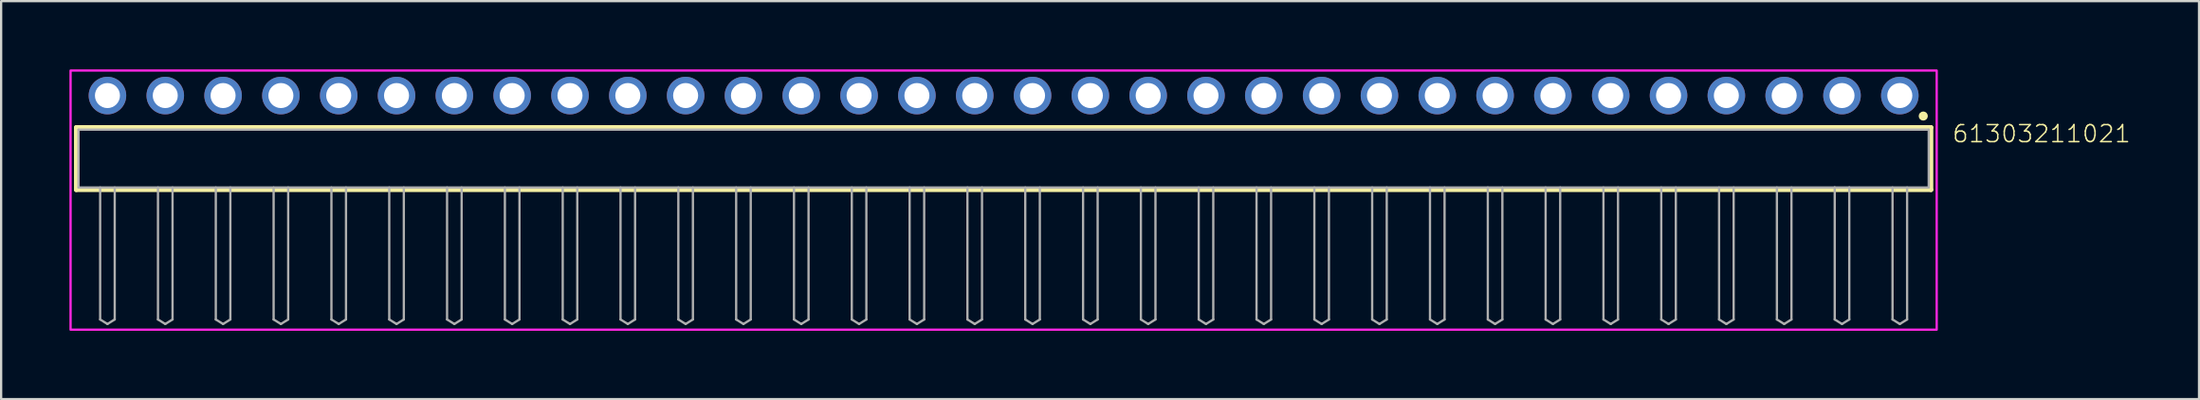
<source format=kicad_pcb>
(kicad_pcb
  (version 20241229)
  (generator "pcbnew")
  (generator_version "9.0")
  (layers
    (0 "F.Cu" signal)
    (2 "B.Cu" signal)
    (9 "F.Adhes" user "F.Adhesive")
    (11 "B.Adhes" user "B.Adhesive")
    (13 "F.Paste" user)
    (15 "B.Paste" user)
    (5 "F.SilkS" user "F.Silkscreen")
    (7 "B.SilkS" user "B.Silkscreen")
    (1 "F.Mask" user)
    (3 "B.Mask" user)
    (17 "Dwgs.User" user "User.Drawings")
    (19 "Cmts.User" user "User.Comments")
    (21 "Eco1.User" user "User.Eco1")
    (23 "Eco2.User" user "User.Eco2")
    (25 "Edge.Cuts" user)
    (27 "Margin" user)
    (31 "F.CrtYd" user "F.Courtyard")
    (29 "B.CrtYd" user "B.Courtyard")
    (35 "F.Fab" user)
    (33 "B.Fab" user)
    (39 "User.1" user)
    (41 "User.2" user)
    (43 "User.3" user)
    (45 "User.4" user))
  (footprint "61303211021"
    (layer "F.Cu")
    (at 41.04 3.92)
    (property "Reference" "61303211021" (at 41.635 -0.652 0) (unlocked yes) (layer "F.SilkS") (effects (font (size 0.748 0.748) (thickness 0.065)) (justify left bottom)))
    (fp_line (start -40.74 -1.37) (end 40.74 -1.37) (stroke (width 0.2) (type solid)) (layer "F.SilkS"))
    (fp_line (start -40.74 1.37) (end -40.74 -1.37) (stroke (width 0.2) (type solid)) (layer "F.SilkS"))
    (fp_line (start 40.74 -1.37) (end 40.74 1.37) (stroke (width 0.2) (type solid)) (layer "F.SilkS"))
    (fp_line (start 40.74 1.37) (end -40.74 1.37) (stroke (width 0.2) (type solid)) (layer "F.SilkS"))
    (fp_circle (center 40.4 -1.87) (end 40.5 -1.87) (stroke (width 0.2) (type solid)) (fill no) (layer "F.SilkS"))
    (fp_poly (pts (xy 40.99 7.52) (xy -40.99 7.52) (xy -40.99 -3.87) (xy 40.99 -3.87)) (stroke (width 0.1) (type default)) (fill no) (layer "F.CrtYd"))
    (fp_line (start -40.64 -1.27) (end 40.64 -1.27) (stroke (width 0.1) (type solid)) (layer "F.Fab"))
    (fp_line (start -40.64 1.27) (end -40.64 -1.27) (stroke (width 0.1) (type solid)) (layer "F.Fab"))
    (fp_line (start -39.69 1.27) (end -39.69 7.07) (stroke (width 0.1) (type solid)) (layer "F.Fab"))
    (fp_line (start -39.69 7.07) (end -39.37 7.27) (stroke (width 0.1) (type solid)) (layer "F.Fab"))
    (fp_line (start -39.37 7.27) (end -39.05 7.07) (stroke (width 0.1) (type solid)) (layer "F.Fab"))
    (fp_line (start -39.05 1.27) (end -39.05 7.07) (stroke (width 0.1) (type solid)) (layer "F.Fab"))
    (fp_line (start -37.15 1.27) (end -37.15 7.07) (stroke (width 0.1) (type solid)) (layer "F.Fab"))
    (fp_line (start -37.15 7.07) (end -36.83 7.27) (stroke (width 0.1) (type solid)) (layer "F.Fab"))
    (fp_line (start -36.83 7.27) (end -36.51 7.07) (stroke (width 0.1) (type solid)) (layer "F.Fab"))
    (fp_line (start -36.51 1.27) (end -36.51 7.07) (stroke (width 0.1) (type solid)) (layer "F.Fab"))
    (fp_line (start -34.61 1.27) (end -34.61 7.07) (stroke (width 0.1) (type solid)) (layer "F.Fab"))
    (fp_line (start -34.61 7.07) (end -34.29 7.27) (stroke (width 0.1) (type solid)) (layer "F.Fab"))
    (fp_line (start -34.29 7.27) (end -33.97 7.07) (stroke (width 0.1) (type solid)) (layer "F.Fab"))
    (fp_line (start -33.97 1.27) (end -33.97 7.07) (stroke (width 0.1) (type solid)) (layer "F.Fab"))
    (fp_line (start -32.07 1.27) (end -32.07 7.07) (stroke (width 0.1) (type solid)) (layer "F.Fab"))
    (fp_line (start -32.07 7.07) (end -31.75 7.27) (stroke (width 0.1) (type solid)) (layer "F.Fab"))
    (fp_line (start -31.75 7.27) (end -31.43 7.07) (stroke (width 0.1) (type solid)) (layer "F.Fab"))
    (fp_line (start -31.43 1.27) (end -31.43 7.07) (stroke (width 0.1) (type solid)) (layer "F.Fab"))
    (fp_line (start -29.53 1.27) (end -29.53 7.07) (stroke (width 0.1) (type solid)) (layer "F.Fab"))
    (fp_line (start -29.53 7.07) (end -29.21 7.27) (stroke (width 0.1) (type solid)) (layer "F.Fab"))
    (fp_line (start -29.21 7.27) (end -28.89 7.07) (stroke (width 0.1) (type solid)) (layer "F.Fab"))
    (fp_line (start -28.89 1.27) (end -28.89 7.07) (stroke (width 0.1) (type solid)) (layer "F.Fab"))
    (fp_line (start -26.99 1.27) (end -26.99 7.07) (stroke (width 0.1) (type solid)) (layer "F.Fab"))
    (fp_line (start -26.99 7.07) (end -26.67 7.27) (stroke (width 0.1) (type solid)) (layer "F.Fab"))
    (fp_line (start -26.67 7.27) (end -26.35 7.07) (stroke (width 0.1) (type solid)) (layer "F.Fab"))
    (fp_line (start -26.35 1.27) (end -26.35 7.07) (stroke (width 0.1) (type solid)) (layer "F.Fab"))
    (fp_line (start -24.45 1.27) (end -24.45 7.07) (stroke (width 0.1) (type solid)) (layer "F.Fab"))
    (fp_line (start -24.45 7.07) (end -24.13 7.27) (stroke (width 0.1) (type solid)) (layer "F.Fab"))
    (fp_line (start -24.13 7.27) (end -23.81 7.07) (stroke (width 0.1) (type solid)) (layer "F.Fab"))
    (fp_line (start -23.81 1.27) (end -23.81 7.07) (stroke (width 0.1) (type solid)) (layer "F.Fab"))
    (fp_line (start -21.91 1.27) (end -21.91 7.07) (stroke (width 0.1) (type solid)) (layer "F.Fab"))
    (fp_line (start -21.91 7.07) (end -21.59 7.27) (stroke (width 0.1) (type solid)) (layer "F.Fab"))
    (fp_line (start -21.59 7.27) (end -21.27 7.07) (stroke (width 0.1) (type solid)) (layer "F.Fab"))
    (fp_line (start -21.27 1.27) (end -21.27 7.07) (stroke (width 0.1) (type solid)) (layer "F.Fab"))
    (fp_line (start -19.37 1.27) (end -19.37 7.07) (stroke (width 0.1) (type solid)) (layer "F.Fab"))
    (fp_line (start -19.37 7.07) (end -19.05 7.27) (stroke (width 0.1) (type solid)) (layer "F.Fab"))
    (fp_line (start -19.05 7.27) (end -18.73 7.07) (stroke (width 0.1) (type solid)) (layer "F.Fab"))
    (fp_line (start -18.73 1.27) (end -18.73 7.07) (stroke (width 0.1) (type solid)) (layer "F.Fab"))
    (fp_line (start -16.83 1.27) (end -16.83 7.07) (stroke (width 0.1) (type solid)) (layer "F.Fab"))
    (fp_line (start -16.83 7.07) (end -16.51 7.27) (stroke (width 0.1) (type solid)) (layer "F.Fab"))
    (fp_line (start -16.51 7.27) (end -16.19 7.07) (stroke (width 0.1) (type solid)) (layer "F.Fab"))
    (fp_line (start -16.19 1.27) (end -16.19 7.07) (stroke (width 0.1) (type solid)) (layer "F.Fab"))
    (fp_line (start -14.29 1.27) (end -14.29 7.07) (stroke (width 0.1) (type solid)) (layer "F.Fab"))
    (fp_line (start -14.29 7.07) (end -13.97 7.27) (stroke (width 0.1) (type solid)) (layer "F.Fab"))
    (fp_line (start -13.97 7.27) (end -13.65 7.07) (stroke (width 0.1) (type solid)) (layer "F.Fab"))
    (fp_line (start -13.65 1.27) (end -13.65 7.07) (stroke (width 0.1) (type solid)) (layer "F.Fab"))
    (fp_line (start -11.75 1.27) (end -11.75 7.07) (stroke (width 0.1) (type solid)) (layer "F.Fab"))
    (fp_line (start -11.75 7.07) (end -11.43 7.27) (stroke (width 0.1) (type solid)) (layer "F.Fab"))
    (fp_line (start -11.43 7.27) (end -11.11 7.07) (stroke (width 0.1) (type solid)) (layer "F.Fab"))
    (fp_line (start -11.11 1.27) (end -11.11 7.07) (stroke (width 0.1) (type solid)) (layer "F.Fab"))
    (fp_line (start -9.21 1.27) (end -9.21 7.07) (stroke (width 0.1) (type solid)) (layer "F.Fab"))
    (fp_line (start -9.21 7.07) (end -8.89 7.27) (stroke (width 0.1) (type solid)) (layer "F.Fab"))
    (fp_line (start -8.89 7.27) (end -8.57 7.07) (stroke (width 0.1) (type solid)) (layer "F.Fab"))
    (fp_line (start -8.57 1.27) (end -8.57 7.07) (stroke (width 0.1) (type solid)) (layer "F.Fab"))
    (fp_line (start -6.67 1.27) (end -6.67 7.07) (stroke (width 0.1) (type solid)) (layer "F.Fab"))
    (fp_line (start -6.67 7.07) (end -6.35 7.27) (stroke (width 0.1) (type solid)) (layer "F.Fab"))
    (fp_line (start -6.35 7.27) (end -6.03 7.07) (stroke (width 0.1) (type solid)) (layer "F.Fab"))
    (fp_line (start -6.03 1.27) (end -6.03 7.07) (stroke (width 0.1) (type solid)) (layer "F.Fab"))
    (fp_line (start -4.13 1.27) (end -4.13 7.07) (stroke (width 0.1) (type solid)) (layer "F.Fab"))
    (fp_line (start -4.13 7.07) (end -3.81 7.27) (stroke (width 0.1) (type solid)) (layer "F.Fab"))
    (fp_line (start -3.81 7.27) (end -3.49 7.07) (stroke (width 0.1) (type solid)) (layer "F.Fab"))
    (fp_line (start -3.49 1.27) (end -3.49 7.07) (stroke (width 0.1) (type solid)) (layer "F.Fab"))
    (fp_line (start -1.59 1.27) (end -1.59 7.07) (stroke (width 0.1) (type solid)) (layer "F.Fab"))
    (fp_line (start -1.59 7.07) (end -1.27 7.27) (stroke (width 0.1) (type solid)) (layer "F.Fab"))
    (fp_line (start -1.27 7.27) (end -0.95 7.07) (stroke (width 0.1) (type solid)) (layer "F.Fab"))
    (fp_line (start -0.95 1.27) (end -0.95 7.07) (stroke (width 0.1) (type solid)) (layer "F.Fab"))
    (fp_line (start 0.95 1.27) (end 0.95 7.07) (stroke (width 0.1) (type solid)) (layer "F.Fab"))
    (fp_line (start 0.95 7.07) (end 1.27 7.27) (stroke (width 0.1) (type solid)) (layer "F.Fab"))
    (fp_line (start 1.27 7.27) (end 1.59 7.07) (stroke (width 0.1) (type solid)) (layer "F.Fab"))
    (fp_line (start 1.59 1.27) (end 1.59 7.07) (stroke (width 0.1) (type solid)) (layer "F.Fab"))
    (fp_line (start 3.49 1.27) (end 3.49 7.07) (stroke (width 0.1) (type solid)) (layer "F.Fab"))
    (fp_line (start 3.49 7.07) (end 3.81 7.27) (stroke (width 0.1) (type solid)) (layer "F.Fab"))
    (fp_line (start 3.81 7.27) (end 4.13 7.07) (stroke (width 0.1) (type solid)) (layer "F.Fab"))
    (fp_line (start 4.13 1.27) (end 4.13 7.07) (stroke (width 0.1) (type solid)) (layer "F.Fab"))
    (fp_line (start 6.03 1.27) (end 6.03 7.07) (stroke (width 0.1) (type solid)) (layer "F.Fab"))
    (fp_line (start 6.03 7.07) (end 6.35 7.27) (stroke (width 0.1) (type solid)) (layer "F.Fab"))
    (fp_line (start 6.35 7.27) (end 6.67 7.07) (stroke (width 0.1) (type solid)) (layer "F.Fab"))
    (fp_line (start 6.67 1.27) (end 6.67 7.07) (stroke (width 0.1) (type solid)) (layer "F.Fab"))
    (fp_line (start 8.57 1.27) (end 8.57 7.07) (stroke (width 0.1) (type solid)) (layer "F.Fab"))
    (fp_line (start 8.57 7.07) (end 8.89 7.27) (stroke (width 0.1) (type solid)) (layer "F.Fab"))
    (fp_line (start 8.89 7.27) (end 9.21 7.07) (stroke (width 0.1) (type solid)) (layer "F.Fab"))
    (fp_line (start 9.21 1.27) (end 9.21 7.07) (stroke (width 0.1) (type solid)) (layer "F.Fab"))
    (fp_line (start 11.11 1.27) (end 11.11 7.07) (stroke (width 0.1) (type solid)) (layer "F.Fab"))
    (fp_line (start 11.11 7.07) (end 11.43 7.27) (stroke (width 0.1) (type solid)) (layer "F.Fab"))
    (fp_line (start 11.43 7.27) (end 11.75 7.07) (stroke (width 0.1) (type solid)) (layer "F.Fab"))
    (fp_line (start 11.75 1.27) (end 11.75 7.07) (stroke (width 0.1) (type solid)) (layer "F.Fab"))
    (fp_line (start 13.65 1.27) (end 13.65 7.07) (stroke (width 0.1) (type solid)) (layer "F.Fab"))
    (fp_line (start 13.65 7.07) (end 13.97 7.27) (stroke (width 0.1) (type solid)) (layer "F.Fab"))
    (fp_line (start 13.97 7.27) (end 14.29 7.07) (stroke (width 0.1) (type solid)) (layer "F.Fab"))
    (fp_line (start 14.29 1.27) (end 14.29 7.07) (stroke (width 0.1) (type solid)) (layer "F.Fab"))
    (fp_line (start 16.19 1.27) (end 16.19 7.07) (stroke (width 0.1) (type solid)) (layer "F.Fab"))
    (fp_line (start 16.19 7.07) (end 16.51 7.27) (stroke (width 0.1) (type solid)) (layer "F.Fab"))
    (fp_line (start 16.51 7.27) (end 16.83 7.07) (stroke (width 0.1) (type solid)) (layer "F.Fab"))
    (fp_line (start 16.83 1.27) (end 16.83 7.07) (stroke (width 0.1) (type solid)) (layer "F.Fab"))
    (fp_line (start 18.73 1.27) (end 18.73 7.07) (stroke (width 0.1) (type solid)) (layer "F.Fab"))
    (fp_line (start 18.73 7.07) (end 19.05 7.27) (stroke (width 0.1) (type solid)) (layer "F.Fab"))
    (fp_line (start 19.05 7.27) (end 19.37 7.07) (stroke (width 0.1) (type solid)) (layer "F.Fab"))
    (fp_line (start 19.37 1.27) (end 19.37 7.07) (stroke (width 0.1) (type solid)) (layer "F.Fab"))
    (fp_line (start 21.27 1.27) (end 21.27 7.07) (stroke (width 0.1) (type solid)) (layer "F.Fab"))
    (fp_line (start 21.27 7.07) (end 21.59 7.27) (stroke (width 0.1) (type solid)) (layer "F.Fab"))
    (fp_line (start 21.59 7.27) (end 21.91 7.07) (stroke (width 0.1) (type solid)) (layer "F.Fab"))
    (fp_line (start 21.91 1.27) (end 21.91 7.07) (stroke (width 0.1) (type solid)) (layer "F.Fab"))
    (fp_line (start 23.81 1.27) (end 23.81 7.07) (stroke (width 0.1) (type solid)) (layer "F.Fab"))
    (fp_line (start 23.81 7.07) (end 24.13 7.27) (stroke (width 0.1) (type solid)) (layer "F.Fab"))
    (fp_line (start 24.13 7.27) (end 24.45 7.07) (stroke (width 0.1) (type solid)) (layer "F.Fab"))
    (fp_line (start 24.45 1.27) (end 24.45 7.07) (stroke (width 0.1) (type solid)) (layer "F.Fab"))
    (fp_line (start 26.35 1.27) (end 26.35 7.07) (stroke (width 0.1) (type solid)) (layer "F.Fab"))
    (fp_line (start 26.35 7.07) (end 26.67 7.27) (stroke (width 0.1) (type solid)) (layer "F.Fab"))
    (fp_line (start 26.67 7.27) (end 26.99 7.07) (stroke (width 0.1) (type solid)) (layer "F.Fab"))
    (fp_line (start 26.99 1.27) (end 26.99 7.07) (stroke (width 0.1) (type solid)) (layer "F.Fab"))
    (fp_line (start 28.89 1.27) (end 28.89 7.07) (stroke (width 0.1) (type solid)) (layer "F.Fab"))
    (fp_line (start 28.89 7.07) (end 29.21 7.27) (stroke (width 0.1) (type solid)) (layer "F.Fab"))
    (fp_line (start 29.21 7.27) (end 29.53 7.07) (stroke (width 0.1) (type solid)) (layer "F.Fab"))
    (fp_line (start 29.53 1.27) (end 29.53 7.07) (stroke (width 0.1) (type solid)) (layer "F.Fab"))
    (fp_line (start 31.43 1.27) (end 31.43 7.07) (stroke (width 0.1) (type solid)) (layer "F.Fab"))
    (fp_line (start 31.43 7.07) (end 31.75 7.27) (stroke (width 0.1) (type solid)) (layer "F.Fab"))
    (fp_line (start 31.75 7.27) (end 32.07 7.07) (stroke (width 0.1) (type solid)) (layer "F.Fab"))
    (fp_line (start 32.07 1.27) (end 32.07 7.07) (stroke (width 0.1) (type solid)) (layer "F.Fab"))
    (fp_line (start 33.97 1.27) (end 33.97 7.07) (stroke (width 0.1) (type solid)) (layer "F.Fab"))
    (fp_line (start 33.97 7.07) (end 34.29 7.27) (stroke (width 0.1) (type solid)) (layer "F.Fab"))
    (fp_line (start 34.29 7.27) (end 34.61 7.07) (stroke (width 0.1) (type solid)) (layer "F.Fab"))
    (fp_line (start 34.61 1.27) (end 34.61 7.07) (stroke (width 0.1) (type solid)) (layer "F.Fab"))
    (fp_line (start 36.51 1.27) (end -40.64 1.27) (stroke (width 0.1) (type solid)) (layer "F.Fab"))
    (fp_line (start 36.51 1.27) (end 36.51 7.07) (stroke (width 0.1) (type solid)) (layer "F.Fab"))
    (fp_line (start 36.51 7.07) (end 36.83 7.27) (stroke (width 0.1) (type solid)) (layer "F.Fab"))
    (fp_line (start 36.83 7.27) (end 37.15 7.07) (stroke (width 0.1) (type solid)) (layer "F.Fab"))
    (fp_line (start 37.15 1.27) (end 36.51 1.27) (stroke (width 0.1) (type solid)) (layer "F.Fab"))
    (fp_line (start 37.15 1.27) (end 37.15 7.07) (stroke (width 0.1) (type solid)) (layer "F.Fab"))
    (fp_line (start 39.05 1.27) (end 39.05 7.07) (stroke (width 0.1) (type solid)) (layer "F.Fab"))
    (fp_line (start 39.05 7.07) (end 39.37 7.27) (stroke (width 0.1) (type solid)) (layer "F.Fab"))
    (fp_line (start 39.37 7.27) (end 39.69 7.07) (stroke (width 0.1) (type solid)) (layer "F.Fab"))
    (fp_line (start 39.69 1.27) (end 39.69 7.07) (stroke (width 0.1) (type solid)) (layer "F.Fab"))
    (fp_line (start 40.64 -1.27) (end 40.64 1.27) (stroke (width 0.1) (type solid)) (layer "F.Fab"))
    (fp_line (start 40.64 1.27) (end 37.15 1.27) (stroke (width 0.1) (type solid)) (layer "F.Fab"))
    (pad "1" thru_hole circle (at 39.37 -2.77 180) (size 1.65 1.65) (drill 1.1) (layers "*.Cu" "*.Mask"))
    (pad "2" thru_hole circle (at 36.83 -2.77 180) (size 1.65 1.65) (drill 1.1) (layers "*.Cu" "*.Mask"))
    (pad "3" thru_hole circle (at 34.29 -2.77 180) (size 1.65 1.65) (drill 1.1) (layers "*.Cu" "*.Mask"))
    (pad "4" thru_hole circle (at 31.75 -2.77 180) (size 1.65 1.65) (drill 1.1) (layers "*.Cu" "*.Mask"))
    (pad "5" thru_hole circle (at 29.21 -2.77 180) (size 1.65 1.65) (drill 1.1) (layers "*.Cu" "*.Mask"))
    (pad "6" thru_hole circle (at 26.67 -2.77 180) (size 1.65 1.65) (drill 1.1) (layers "*.Cu" "*.Mask"))
    (pad "7" thru_hole circle (at 24.13 -2.77 180) (size 1.65 1.65) (drill 1.1) (layers "*.Cu" "*.Mask"))
    (pad "8" thru_hole circle (at 21.59 -2.77 180) (size 1.65 1.65) (drill 1.1) (layers "*.Cu" "*.Mask"))
    (pad "9" thru_hole circle (at 19.05 -2.77 180) (size 1.65 1.65) (drill 1.1) (layers "*.Cu" "*.Mask"))
    (pad "10" thru_hole circle (at 16.51 -2.77 180) (size 1.65 1.65) (drill 1.1) (layers "*.Cu" "*.Mask"))
    (pad "11" thru_hole circle (at 13.97 -2.77 180) (size 1.65 1.65) (drill 1.1) (layers "*.Cu" "*.Mask"))
    (pad "12" thru_hole circle (at 11.43 -2.77 180) (size 1.65 1.65) (drill 1.1) (layers "*.Cu" "*.Mask"))
    (pad "13" thru_hole circle (at 8.89 -2.77 180) (size 1.65 1.65) (drill 1.1) (layers "*.Cu" "*.Mask"))
    (pad "14" thru_hole circle (at 6.35 -2.77 180) (size 1.65 1.65) (drill 1.1) (layers "*.Cu" "*.Mask"))
    (pad "15" thru_hole circle (at 3.81 -2.77 180) (size 1.65 1.65) (drill 1.1) (layers "*.Cu" "*.Mask"))
    (pad "16" thru_hole circle (at 1.27 -2.77 180) (size 1.65 1.65) (drill 1.1) (layers "*.Cu" "*.Mask"))
    (pad "17" thru_hole circle (at -1.27 -2.77 180) (size 1.65 1.65) (drill 1.1) (layers "*.Cu" "*.Mask"))
    (pad "18" thru_hole circle (at -3.81 -2.77 180) (size 1.65 1.65) (drill 1.1) (layers "*.Cu" "*.Mask"))
    (pad "19" thru_hole circle (at -6.35 -2.77 180) (size 1.65 1.65) (drill 1.1) (layers "*.Cu" "*.Mask"))
    (pad "20" thru_hole circle (at -8.89 -2.77 180) (size 1.65 1.65) (drill 1.1) (layers "*.Cu" "*.Mask"))
    (pad "21" thru_hole circle (at -11.43 -2.77 180) (size 1.65 1.65) (drill 1.1) (layers "*.Cu" "*.Mask"))
    (pad "22" thru_hole circle (at -13.97 -2.77 180) (size 1.65 1.65) (drill 1.1) (layers "*.Cu" "*.Mask"))
    (pad "23" thru_hole circle (at -16.51 -2.77 180) (size 1.65 1.65) (drill 1.1) (layers "*.Cu" "*.Mask"))
    (pad "24" thru_hole circle (at -19.05 -2.77 180) (size 1.65 1.65) (drill 1.1) (layers "*.Cu" "*.Mask"))
    (pad "25" thru_hole circle (at -21.59 -2.77 180) (size 1.65 1.65) (drill 1.1) (layers "*.Cu" "*.Mask"))
    (pad "26" thru_hole circle (at -24.13 -2.77 180) (size 1.65 1.65) (drill 1.1) (layers "*.Cu" "*.Mask"))
    (pad "27" thru_hole circle (at -26.67 -2.77 180) (size 1.65 1.65) (drill 1.1) (layers "*.Cu" "*.Mask"))
    (pad "28" thru_hole circle (at -29.21 -2.77 180) (size 1.65 1.65) (drill 1.1) (layers "*.Cu" "*.Mask"))
    (pad "29" thru_hole circle (at -31.75 -2.77 180) (size 1.65 1.65) (drill 1.1) (layers "*.Cu" "*.Mask"))
    (pad "30" thru_hole circle (at -34.29 -2.77 180) (size 1.65 1.65) (drill 1.1) (layers "*.Cu" "*.Mask"))
    (pad "31" thru_hole circle (at -36.83 -2.77 180) (size 1.65 1.65) (drill 1.1) (layers "*.Cu" "*.Mask"))
    (pad "32" thru_hole circle (at -39.37 -2.77 180) (size 1.65 1.65) (drill 1.1) (layers "*.Cu" "*.Mask")))
  (gr_rect
    (start -3 -3)
    (end 93.554 14.49)
    (stroke (width 0.1) (type default))
    (fill no)
    (layer "Edge.Cuts")))
</source>
